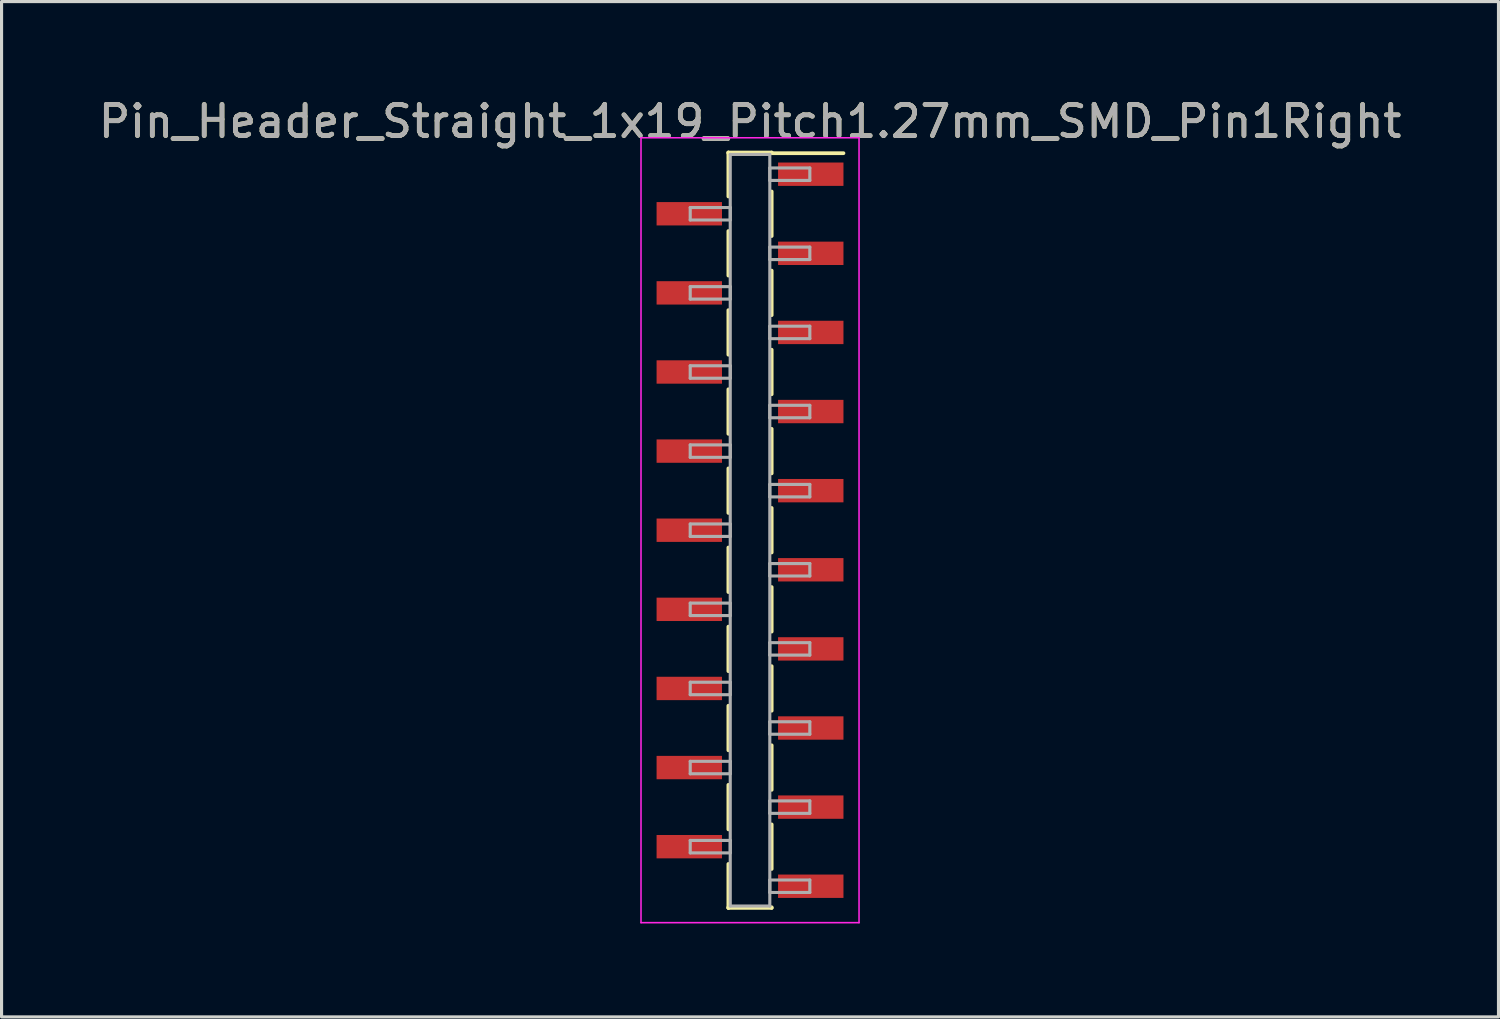
<source format=kicad_pcb>
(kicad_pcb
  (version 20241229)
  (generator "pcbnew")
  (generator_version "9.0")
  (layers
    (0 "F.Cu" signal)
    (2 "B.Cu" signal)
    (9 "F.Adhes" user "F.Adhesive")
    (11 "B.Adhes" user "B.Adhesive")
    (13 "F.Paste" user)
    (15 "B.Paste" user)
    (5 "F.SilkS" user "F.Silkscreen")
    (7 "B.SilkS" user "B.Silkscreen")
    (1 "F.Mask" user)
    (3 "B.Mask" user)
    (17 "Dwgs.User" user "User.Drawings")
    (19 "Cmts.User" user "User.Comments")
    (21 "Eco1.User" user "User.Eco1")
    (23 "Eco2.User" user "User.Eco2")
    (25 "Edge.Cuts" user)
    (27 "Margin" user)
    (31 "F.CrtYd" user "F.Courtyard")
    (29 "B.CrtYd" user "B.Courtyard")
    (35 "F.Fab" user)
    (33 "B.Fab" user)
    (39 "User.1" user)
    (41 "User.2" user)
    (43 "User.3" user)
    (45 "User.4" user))
  (footprint "Pin_Header_Straight_1x19_Pitch1.27mm_SMD_Pin1Right"
    (layer "F.Cu")
    (at 21.03 13.973)
    (property "Reference" "Pin_Header_Straight_1x19_Pitch1.27mm_SMD_Pin1Right" (at 0 -13.125 0) (layer "F.SilkS") (effects (font (size 1 1) (thickness 0.15))))
    (attr smd)
    (fp_line (start -0.695 -12.125) (end -0.695 -10.715) (stroke (width 0.12) (type solid)) (layer "F.SilkS"))
    (fp_line (start -0.695 -12.125) (end 0.695 -12.125) (stroke (width 0.12) (type solid)) (layer "F.SilkS"))
    (fp_line (start -0.695 -12.105) (end -0.695 -12.125) (stroke (width 0.12) (type solid)) (layer "F.SilkS"))
    (fp_line (start -0.695 -9.605) (end -0.695 -8.175) (stroke (width 0.12) (type solid)) (layer "F.SilkS"))
    (fp_line (start -0.695 -7.065) (end -0.695 -5.635) (stroke (width 0.12) (type solid)) (layer "F.SilkS"))
    (fp_line (start -0.695 -4.525) (end -0.695 -3.095) (stroke (width 0.12) (type solid)) (layer "F.SilkS"))
    (fp_line (start -0.695 -1.985) (end -0.695 -0.555) (stroke (width 0.12) (type solid)) (layer "F.SilkS"))
    (fp_line (start -0.695 0.555) (end -0.695 1.985) (stroke (width 0.12) (type solid)) (layer "F.SilkS"))
    (fp_line (start -0.695 3.095) (end -0.695 4.525) (stroke (width 0.12) (type solid)) (layer "F.SilkS"))
    (fp_line (start -0.695 5.635) (end -0.695 7.065) (stroke (width 0.12) (type solid)) (layer "F.SilkS"))
    (fp_line (start -0.695 8.175) (end -0.695 9.605) (stroke (width 0.12) (type solid)) (layer "F.SilkS"))
    (fp_line (start -0.695 10.715) (end -0.695 12.125) (stroke (width 0.12) (type solid)) (layer "F.SilkS"))
    (fp_line (start -0.695 12.105) (end -0.695 12.125) (stroke (width 0.12) (type solid)) (layer "F.SilkS"))
    (fp_line (start -0.695 12.125) (end 0.695 12.125) (stroke (width 0.12) (type solid)) (layer "F.SilkS"))
    (fp_line (start 0.695 -12.125) (end 0.695 -12.105) (stroke (width 0.12) (type solid)) (layer "F.SilkS"))
    (fp_line (start 0.695 -12.105) (end 3 -12.105) (stroke (width 0.12) (type solid)) (layer "F.SilkS"))
    (fp_line (start 0.695 -10.875) (end 0.695 -9.445) (stroke (width 0.12) (type solid)) (layer "F.SilkS"))
    (fp_line (start 0.695 -8.335) (end 0.695 -6.905) (stroke (width 0.12) (type solid)) (layer "F.SilkS"))
    (fp_line (start 0.695 -5.795) (end 0.695 -4.365) (stroke (width 0.12) (type solid)) (layer "F.SilkS"))
    (fp_line (start 0.695 -3.255) (end 0.695 -1.825) (stroke (width 0.12) (type solid)) (layer "F.SilkS"))
    (fp_line (start 0.695 -0.715) (end 0.695 0.715) (stroke (width 0.12) (type solid)) (layer "F.SilkS"))
    (fp_line (start 0.695 1.825) (end 0.695 3.255) (stroke (width 0.12) (type solid)) (layer "F.SilkS"))
    (fp_line (start 0.695 4.365) (end 0.695 5.795) (stroke (width 0.12) (type solid)) (layer "F.SilkS"))
    (fp_line (start 0.695 6.905) (end 0.695 8.335) (stroke (width 0.12) (type solid)) (layer "F.SilkS"))
    (fp_line (start 0.695 9.445) (end 0.695 10.875) (stroke (width 0.12) (type solid)) (layer "F.SilkS"))
    (fp_line (start 0.695 12.125) (end 0.695 12.105) (stroke (width 0.12) (type solid)) (layer "F.SilkS"))
    (fp_line (start -3.5 -12.6) (end -3.5 12.6) (stroke (width 0.05) (type solid)) (layer "F.CrtYd"))
    (fp_line (start -3.5 12.6) (end 3.5 12.6) (stroke (width 0.05) (type solid)) (layer "F.CrtYd"))
    (fp_line (start 3.5 -12.6) (end -3.5 -12.6) (stroke (width 0.05) (type solid)) (layer "F.CrtYd"))
    (fp_line (start 3.5 12.6) (end 3.5 -12.6) (stroke (width 0.05) (type solid)) (layer "F.CrtYd"))
    (fp_line (start -1.92 -10.36) (end -0.635 -10.36) (stroke (width 0.1) (type solid)) (layer "F.Fab"))
    (fp_line (start -1.92 -9.96) (end -1.92 -10.36) (stroke (width 0.1) (type solid)) (layer "F.Fab"))
    (fp_line (start -1.92 -7.82) (end -0.635 -7.82) (stroke (width 0.1) (type solid)) (layer "F.Fab"))
    (fp_line (start -1.92 -7.42) (end -1.92 -7.82) (stroke (width 0.1) (type solid)) (layer "F.Fab"))
    (fp_line (start -1.92 -5.28) (end -0.635 -5.28) (stroke (width 0.1) (type solid)) (layer "F.Fab"))
    (fp_line (start -1.92 -4.88) (end -1.92 -5.28) (stroke (width 0.1) (type solid)) (layer "F.Fab"))
    (fp_line (start -1.92 -2.74) (end -0.635 -2.74) (stroke (width 0.1) (type solid)) (layer "F.Fab"))
    (fp_line (start -1.92 -2.34) (end -1.92 -2.74) (stroke (width 0.1) (type solid)) (layer "F.Fab"))
    (fp_line (start -1.92 -0.2) (end -0.635 -0.2) (stroke (width 0.1) (type solid)) (layer "F.Fab"))
    (fp_line (start -1.92 0.2) (end -1.92 -0.2) (stroke (width 0.1) (type solid)) (layer "F.Fab"))
    (fp_line (start -1.92 2.34) (end -0.635 2.34) (stroke (width 0.1) (type solid)) (layer "F.Fab"))
    (fp_line (start -1.92 2.74) (end -1.92 2.34) (stroke (width 0.1) (type solid)) (layer "F.Fab"))
    (fp_line (start -1.92 4.88) (end -0.635 4.88) (stroke (width 0.1) (type solid)) (layer "F.Fab"))
    (fp_line (start -1.92 5.28) (end -1.92 4.88) (stroke (width 0.1) (type solid)) (layer "F.Fab"))
    (fp_line (start -1.92 7.42) (end -0.635 7.42) (stroke (width 0.1) (type solid)) (layer "F.Fab"))
    (fp_line (start -1.92 7.82) (end -1.92 7.42) (stroke (width 0.1) (type solid)) (layer "F.Fab"))
    (fp_line (start -1.92 9.96) (end -0.635 9.96) (stroke (width 0.1) (type solid)) (layer "F.Fab"))
    (fp_line (start -1.92 10.36) (end -1.92 9.96) (stroke (width 0.1) (type solid)) (layer "F.Fab"))
    (fp_line (start -0.635 -12.065) (end -0.635 12.065) (stroke (width 0.1) (type solid)) (layer "F.Fab"))
    (fp_line (start -0.635 -10.36) (end -0.635 -9.96) (stroke (width 0.1) (type solid)) (layer "F.Fab"))
    (fp_line (start -0.635 -9.96) (end -1.92 -9.96) (stroke (width 0.1) (type solid)) (layer "F.Fab"))
    (fp_line (start -0.635 -7.82) (end -0.635 -7.42) (stroke (width 0.1) (type solid)) (layer "F.Fab"))
    (fp_line (start -0.635 -7.42) (end -1.92 -7.42) (stroke (width 0.1) (type solid)) (layer "F.Fab"))
    (fp_line (start -0.635 -5.28) (end -0.635 -4.88) (stroke (width 0.1) (type solid)) (layer "F.Fab"))
    (fp_line (start -0.635 -4.88) (end -1.92 -4.88) (stroke (width 0.1) (type solid)) (layer "F.Fab"))
    (fp_line (start -0.635 -2.74) (end -0.635 -2.34) (stroke (width 0.1) (type solid)) (layer "F.Fab"))
    (fp_line (start -0.635 -2.34) (end -1.92 -2.34) (stroke (width 0.1) (type solid)) (layer "F.Fab"))
    (fp_line (start -0.635 -0.2) (end -0.635 0.2) (stroke (width 0.1) (type solid)) (layer "F.Fab"))
    (fp_line (start -0.635 0.2) (end -1.92 0.2) (stroke (width 0.1) (type solid)) (layer "F.Fab"))
    (fp_line (start -0.635 2.34) (end -0.635 2.74) (stroke (width 0.1) (type solid)) (layer "F.Fab"))
    (fp_line (start -0.635 2.74) (end -1.92 2.74) (stroke (width 0.1) (type solid)) (layer "F.Fab"))
    (fp_line (start -0.635 4.88) (end -0.635 5.28) (stroke (width 0.1) (type solid)) (layer "F.Fab"))
    (fp_line (start -0.635 5.28) (end -1.92 5.28) (stroke (width 0.1) (type solid)) (layer "F.Fab"))
    (fp_line (start -0.635 7.42) (end -0.635 7.82) (stroke (width 0.1) (type solid)) (layer "F.Fab"))
    (fp_line (start -0.635 7.82) (end -1.92 7.82) (stroke (width 0.1) (type solid)) (layer "F.Fab"))
    (fp_line (start -0.635 9.96) (end -0.635 10.36) (stroke (width 0.1) (type solid)) (layer "F.Fab"))
    (fp_line (start -0.635 10.36) (end -1.92 10.36) (stroke (width 0.1) (type solid)) (layer "F.Fab"))
    (fp_line (start -0.635 12.065) (end 0.635 12.065) (stroke (width 0.1) (type solid)) (layer "F.Fab"))
    (fp_line (start 0.635 -12.065) (end -0.635 -12.065) (stroke (width 0.1) (type solid)) (layer "F.Fab"))
    (fp_line (start 0.635 -11.63) (end 0.635 -11.23) (stroke (width 0.1) (type solid)) (layer "F.Fab"))
    (fp_line (start 0.635 -11.23) (end 1.92 -11.23) (stroke (width 0.1) (type solid)) (layer "F.Fab"))
    (fp_line (start 0.635 -9.09) (end 0.635 -8.69) (stroke (width 0.1) (type solid)) (layer "F.Fab"))
    (fp_line (start 0.635 -8.69) (end 1.92 -8.69) (stroke (width 0.1) (type solid)) (layer "F.Fab"))
    (fp_line (start 0.635 -6.55) (end 0.635 -6.15) (stroke (width 0.1) (type solid)) (layer "F.Fab"))
    (fp_line (start 0.635 -6.15) (end 1.92 -6.15) (stroke (width 0.1) (type solid)) (layer "F.Fab"))
    (fp_line (start 0.635 -4.01) (end 0.635 -3.61) (stroke (width 0.1) (type solid)) (layer "F.Fab"))
    (fp_line (start 0.635 -3.61) (end 1.92 -3.61) (stroke (width 0.1) (type solid)) (layer "F.Fab"))
    (fp_line (start 0.635 -1.47) (end 0.635 -1.07) (stroke (width 0.1) (type solid)) (layer "F.Fab"))
    (fp_line (start 0.635 -1.07) (end 1.92 -1.07) (stroke (width 0.1) (type solid)) (layer "F.Fab"))
    (fp_line (start 0.635 1.07) (end 0.635 1.47) (stroke (width 0.1) (type solid)) (layer "F.Fab"))
    (fp_line (start 0.635 1.47) (end 1.92 1.47) (stroke (width 0.1) (type solid)) (layer "F.Fab"))
    (fp_line (start 0.635 3.61) (end 0.635 4.01) (stroke (width 0.1) (type solid)) (layer "F.Fab"))
    (fp_line (start 0.635 4.01) (end 1.92 4.01) (stroke (width 0.1) (type solid)) (layer "F.Fab"))
    (fp_line (start 0.635 6.15) (end 0.635 6.55) (stroke (width 0.1) (type solid)) (layer "F.Fab"))
    (fp_line (start 0.635 6.55) (end 1.92 6.55) (stroke (width 0.1) (type solid)) (layer "F.Fab"))
    (fp_line (start 0.635 8.69) (end 0.635 9.09) (stroke (width 0.1) (type solid)) (layer "F.Fab"))
    (fp_line (start 0.635 9.09) (end 1.92 9.09) (stroke (width 0.1) (type solid)) (layer "F.Fab"))
    (fp_line (start 0.635 11.23) (end 0.635 11.63) (stroke (width 0.1) (type solid)) (layer "F.Fab"))
    (fp_line (start 0.635 11.63) (end 1.92 11.63) (stroke (width 0.1) (type solid)) (layer "F.Fab"))
    (fp_line (start 0.635 12.065) (end 0.635 -12.065) (stroke (width 0.1) (type solid)) (layer "F.Fab"))
    (fp_line (start 1.92 -11.63) (end 0.635 -11.63) (stroke (width 0.1) (type solid)) (layer "F.Fab"))
    (fp_line (start 1.92 -11.23) (end 1.92 -11.63) (stroke (width 0.1) (type solid)) (layer "F.Fab"))
    (fp_line (start 1.92 -9.09) (end 0.635 -9.09) (stroke (width 0.1) (type solid)) (layer "F.Fab"))
    (fp_line (start 1.92 -8.69) (end 1.92 -9.09) (stroke (width 0.1) (type solid)) (layer "F.Fab"))
    (fp_line (start 1.92 -6.55) (end 0.635 -6.55) (stroke (width 0.1) (type solid)) (layer "F.Fab"))
    (fp_line (start 1.92 -6.15) (end 1.92 -6.55) (stroke (width 0.1) (type solid)) (layer "F.Fab"))
    (fp_line (start 1.92 -4.01) (end 0.635 -4.01) (stroke (width 0.1) (type solid)) (layer "F.Fab"))
    (fp_line (start 1.92 -3.61) (end 1.92 -4.01) (stroke (width 0.1) (type solid)) (layer "F.Fab"))
    (fp_line (start 1.92 -1.47) (end 0.635 -1.47) (stroke (width 0.1) (type solid)) (layer "F.Fab"))
    (fp_line (start 1.92 -1.07) (end 1.92 -1.47) (stroke (width 0.1) (type solid)) (layer "F.Fab"))
    (fp_line (start 1.92 1.07) (end 0.635 1.07) (stroke (width 0.1) (type solid)) (layer "F.Fab"))
    (fp_line (start 1.92 1.47) (end 1.92 1.07) (stroke (width 0.1) (type solid)) (layer "F.Fab"))
    (fp_line (start 1.92 3.61) (end 0.635 3.61) (stroke (width 0.1) (type solid)) (layer "F.Fab"))
    (fp_line (start 1.92 4.01) (end 1.92 3.61) (stroke (width 0.1) (type solid)) (layer "F.Fab"))
    (fp_line (start 1.92 6.15) (end 0.635 6.15) (stroke (width 0.1) (type solid)) (layer "F.Fab"))
    (fp_line (start 1.92 6.55) (end 1.92 6.15) (stroke (width 0.1) (type solid)) (layer "F.Fab"))
    (fp_line (start 1.92 8.69) (end 0.635 8.69) (stroke (width 0.1) (type solid)) (layer "F.Fab"))
    (fp_line (start 1.92 9.09) (end 1.92 8.69) (stroke (width 0.1) (type solid)) (layer "F.Fab"))
    (fp_line (start 1.92 11.23) (end 0.635 11.23) (stroke (width 0.1) (type solid)) (layer "F.Fab"))
    (fp_line (start 1.92 11.63) (end 1.92 11.23) (stroke (width 0.1) (type solid)) (layer "F.Fab"))
    (fp_text user "${REFERENCE}" (at 0 -13.125 0) (layer "F.Fab") (effects (font (size 1 1) (thickness 0.15))))
    (pad "1" smd rect (at 1.95 -11.43) (size 2.1 0.75) (layers "F.Cu" "F.Mask" "F.Paste"))
    (pad "2" smd rect (at -1.95 -10.16) (size 2.1 0.75) (layers "F.Cu" "F.Mask" "F.Paste"))
    (pad "3" smd rect (at 1.95 -8.89) (size 2.1 0.75) (layers "F.Cu" "F.Mask" "F.Paste"))
    (pad "4" smd rect (at -1.95 -7.62) (size 2.1 0.75) (layers "F.Cu" "F.Mask" "F.Paste"))
    (pad "5" smd rect (at 1.95 -6.35) (size 2.1 0.75) (layers "F.Cu" "F.Mask" "F.Paste"))
    (pad "6" smd rect (at -1.95 -5.08) (size 2.1 0.75) (layers "F.Cu" "F.Mask" "F.Paste"))
    (pad "7" smd rect (at 1.95 -3.81) (size 2.1 0.75) (layers "F.Cu" "F.Mask" "F.Paste"))
    (pad "8" smd rect (at -1.95 -2.54) (size 2.1 0.75) (layers "F.Cu" "F.Mask" "F.Paste"))
    (pad "9" smd rect (at 1.95 -1.27) (size 2.1 0.75) (layers "F.Cu" "F.Mask" "F.Paste"))
    (pad "10" smd rect (at -1.95 0) (size 2.1 0.75) (layers "F.Cu" "F.Mask" "F.Paste"))
    (pad "11" smd rect (at 1.95 1.27) (size 2.1 0.75) (layers "F.Cu" "F.Mask" "F.Paste"))
    (pad "12" smd rect (at -1.95 2.54) (size 2.1 0.75) (layers "F.Cu" "F.Mask" "F.Paste"))
    (pad "13" smd rect (at 1.95 3.81) (size 2.1 0.75) (layers "F.Cu" "F.Mask" "F.Paste"))
    (pad "14" smd rect (at -1.95 5.08) (size 2.1 0.75) (layers "F.Cu" "F.Mask" "F.Paste"))
    (pad "15" smd rect (at 1.95 6.35) (size 2.1 0.75) (layers "F.Cu" "F.Mask" "F.Paste"))
    (pad "16" smd rect (at -1.95 7.62) (size 2.1 0.75) (layers "F.Cu" "F.Mask" "F.Paste"))
    (pad "17" smd rect (at 1.95 8.89) (size 2.1 0.75) (layers "F.Cu" "F.Mask" "F.Paste"))
    (pad "18" smd rect (at -1.95 10.16) (size 2.1 0.75) (layers "F.Cu" "F.Mask" "F.Paste"))
    (pad "19" smd rect (at 1.95 11.43) (size 2.1 0.75) (layers "F.Cu" "F.Mask" "F.Paste")))
  (gr_rect
    (start -3 -3)
    (end 45.06 29.598)
    (stroke (width 0.1) (type default))
    (fill no)
    (layer "Edge.Cuts")))
</source>
